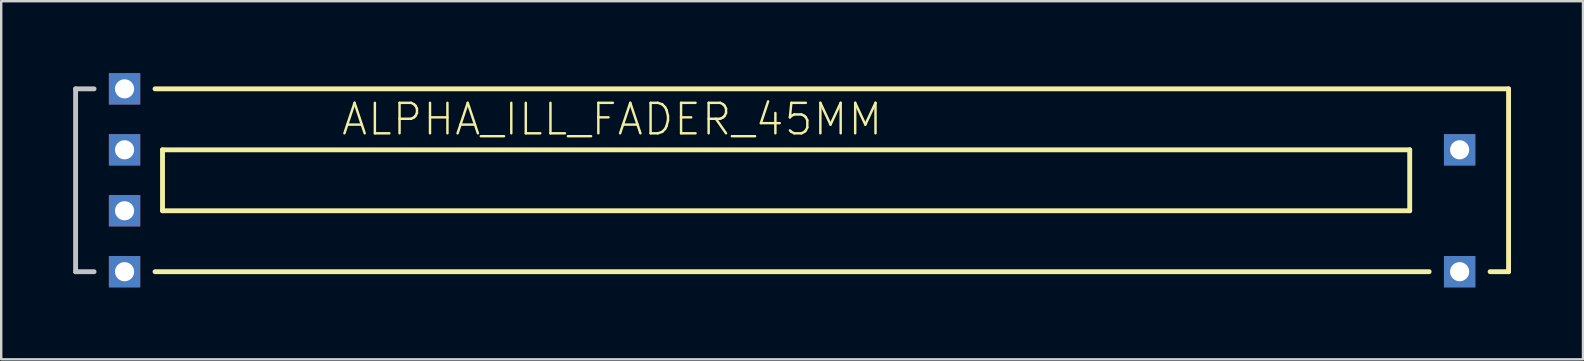
<source format=kicad_pcb>
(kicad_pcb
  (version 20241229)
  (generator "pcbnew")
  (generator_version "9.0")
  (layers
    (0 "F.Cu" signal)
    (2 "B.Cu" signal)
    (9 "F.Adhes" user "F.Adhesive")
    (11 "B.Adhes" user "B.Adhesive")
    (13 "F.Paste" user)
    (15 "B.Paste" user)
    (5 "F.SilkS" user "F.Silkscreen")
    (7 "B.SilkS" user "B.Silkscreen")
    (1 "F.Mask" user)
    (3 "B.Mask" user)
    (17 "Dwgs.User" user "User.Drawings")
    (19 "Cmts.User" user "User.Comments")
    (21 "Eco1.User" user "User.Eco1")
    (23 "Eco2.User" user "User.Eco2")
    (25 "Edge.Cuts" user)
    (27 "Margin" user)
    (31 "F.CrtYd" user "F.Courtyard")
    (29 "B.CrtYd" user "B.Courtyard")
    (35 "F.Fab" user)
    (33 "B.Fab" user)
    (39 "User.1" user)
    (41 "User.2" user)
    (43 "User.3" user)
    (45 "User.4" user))
  (footprint "ALPHA_ILL_FADER_45MM"
    (layer "F.Cu")
    (at 29.461 4.463)
    (property "Reference" "ALPHA_ILL_FADER_45MM" (at -7 -2.54 0) (layer "F.SilkS") (effects (font (size 1.27 1.27) (thickness 0.102))))
    (attr exclude_from_pos_files exclude_from_bom)
    (fp_line (start -26.05 3.81) (end 27.05 3.81) (stroke (width 0.203) (type solid)) (layer "F.SilkS"))
    (fp_line (start -25.738 -1.27) (end 26.24 -1.27) (stroke (width 0.203) (type solid)) (layer "F.SilkS"))
    (fp_line (start -25.738 1.27) (end -25.738 -1.27) (stroke (width 0.203) (type solid)) (layer "F.SilkS"))
    (fp_line (start 26.24 -1.27) (end 26.24 1.27) (stroke (width 0.203) (type solid)) (layer "F.SilkS"))
    (fp_line (start 26.24 1.27) (end -25.738 1.27) (stroke (width 0.203) (type solid)) (layer "F.SilkS"))
    (fp_line (start 29.59 3.81) (end 30.36 3.81) (stroke (width 0.203) (type solid)) (layer "F.SilkS"))
    (fp_line (start 30.36 -3.81) (end -26.05 -3.81) (stroke (width 0.203) (type solid)) (layer "F.SilkS"))
    (fp_line (start 30.36 3.81) (end 30.36 -3.81) (stroke (width 0.203) (type solid)) (layer "F.SilkS"))
    (fp_line (start -29.36 -3.81) (end -29.36 3.81) (stroke (width 0.203) (type solid)) (layer "Dwgs.User"))
    (fp_line (start -29.36 3.81) (end -28.59 3.81) (stroke (width 0.203) (type solid)) (layer "Dwgs.User"))
    (fp_line (start -28.59 -3.81) (end -29.36 -3.81) (stroke (width 0.203) (type solid)) (layer "Dwgs.User"))
    (pad "1" thru_hole rect (at -27.32 -1.27) (size 1.306 1.306) (drill 0.798) (layers "*.Cu" "*.Paste" "*.Mask"))
    (pad "2" thru_hole rect (at -27.32 -3.81) (size 1.306 1.306) (drill 0.798) (layers "*.Cu" "*.Paste" "*.Mask"))
    (pad "3" thru_hole rect (at 28.32 -1.27) (size 1.306 1.306) (drill 0.798) (layers "*.Cu" "*.Paste" "*.Mask"))
    (pad "B" thru_hole rect (at 28.32 3.81) (size 1.306 1.306) (drill 0.798) (layers "*.Cu" "*.Paste" "*.Mask"))
    (pad "E" thru_hole rect (at -27.32 3.81) (size 1.306 1.306) (drill 0.798) (layers "*.Cu" "*.Paste" "*.Mask"))
    (pad "L" thru_hole rect (at -27.32 1.27) (size 1.306 1.306) (drill 0.798) (layers "*.Cu" "*.Paste" "*.Mask")))
  (gr_rect
    (start -3 -3)
    (end 62.922 11.926)
    (stroke (width 0.1) (type default))
    (fill no)
    (layer "Edge.Cuts")))
</source>
